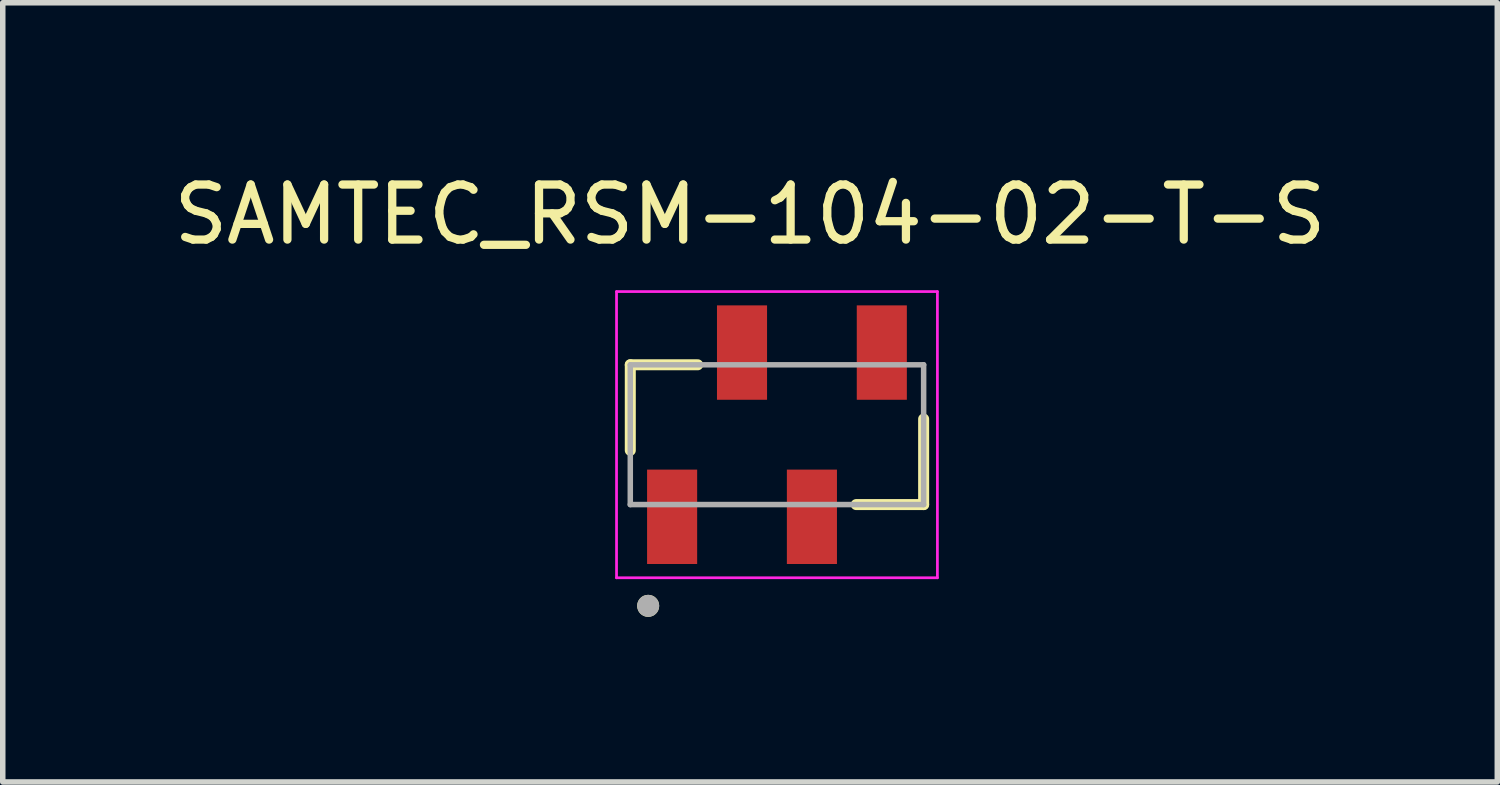
<source format=kicad_pcb>
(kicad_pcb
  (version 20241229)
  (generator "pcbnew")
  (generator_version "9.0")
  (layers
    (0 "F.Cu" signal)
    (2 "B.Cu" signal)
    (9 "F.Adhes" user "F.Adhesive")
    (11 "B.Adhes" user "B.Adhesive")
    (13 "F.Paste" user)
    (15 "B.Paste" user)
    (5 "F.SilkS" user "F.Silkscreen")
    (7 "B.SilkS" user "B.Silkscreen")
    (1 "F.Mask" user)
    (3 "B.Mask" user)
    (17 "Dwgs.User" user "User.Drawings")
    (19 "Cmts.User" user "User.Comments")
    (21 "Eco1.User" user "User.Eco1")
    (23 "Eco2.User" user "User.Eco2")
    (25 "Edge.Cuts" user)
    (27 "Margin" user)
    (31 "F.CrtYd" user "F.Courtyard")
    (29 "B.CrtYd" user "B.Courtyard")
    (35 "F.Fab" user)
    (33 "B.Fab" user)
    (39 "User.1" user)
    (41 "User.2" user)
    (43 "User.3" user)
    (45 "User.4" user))
  (footprint "SAMTEC_RSM-104-02-T-S"
    (layer "F.Cu")
    (at 11.067 4.848)
    (property "Reference" "SAMTEC_RSM-104-02-T-S" (at -0.49 -4 0) (layer "F.SilkS") (effects (font (size 1 1) (thickness 0.15))))
    (attr smd)
    (fp_line (start -2.665 -1.27) (end -2.665 0.285) (stroke (width 0.2) (type solid)) (layer "F.SilkS"))
    (fp_line (start -2.665 -1.27) (end -1.44 -1.27) (stroke (width 0.2) (type solid)) (layer "F.SilkS"))
    (fp_line (start 1.44 1.27) (end 2.665 1.27) (stroke (width 0.2) (type solid)) (layer "F.SilkS"))
    (fp_line (start 2.665 1.27) (end 2.665 -0.285) (stroke (width 0.2) (type solid)) (layer "F.SilkS"))
    (fp_circle (center -2.34 3.11) (end -2.24 3.11) (stroke (width 0.2) (type solid)) (fill no) (layer "F.SilkS"))
    (fp_line (start -2.915 -2.6) (end 2.915 -2.6) (stroke (width 0.05) (type solid)) (layer "F.CrtYd"))
    (fp_line (start -2.915 2.6) (end -2.915 -2.6) (stroke (width 0.05) (type solid)) (layer "F.CrtYd"))
    (fp_line (start 2.915 -2.6) (end 2.915 2.6) (stroke (width 0.05) (type solid)) (layer "F.CrtYd"))
    (fp_line (start 2.915 2.6) (end -2.915 2.6) (stroke (width 0.05) (type solid)) (layer "F.CrtYd"))
    (fp_line (start -2.665 -1.27) (end 2.665 -1.27) (stroke (width 0.1) (type solid)) (layer "F.Fab"))
    (fp_line (start -2.665 1.27) (end -2.665 -1.27) (stroke (width 0.1) (type solid)) (layer "F.Fab"))
    (fp_line (start 2.665 -1.27) (end 2.665 1.27) (stroke (width 0.1) (type solid)) (layer "F.Fab"))
    (fp_line (start 2.665 1.27) (end -2.665 1.27) (stroke (width 0.1) (type solid)) (layer "F.Fab"))
    (fp_circle (center -2.34 3.11) (end -2.24 3.11) (stroke (width 0.2) (type solid)) (fill no) (layer "F.Fab"))
    (pad "01" smd rect (at -1.905 1.492) (size 0.91 1.715) (layers "F.Cu" "F.Mask" "F.Paste"))
    (pad "02" smd rect (at -0.635 -1.492) (size 0.91 1.715) (layers "F.Cu" "F.Mask" "F.Paste"))
    (pad "03" smd rect (at 0.635 1.492) (size 0.91 1.715) (layers "F.Cu" "F.Mask" "F.Paste"))
    (pad "04" smd rect (at 1.905 -1.492) (size 0.91 1.715) (layers "F.Cu" "F.Mask" "F.Paste")))
  (gr_rect
    (start -3 -3)
    (end 24.155 11.158)
    (stroke (width 0.1) (type default))
    (fill no)
    (layer "Edge.Cuts")))
</source>
